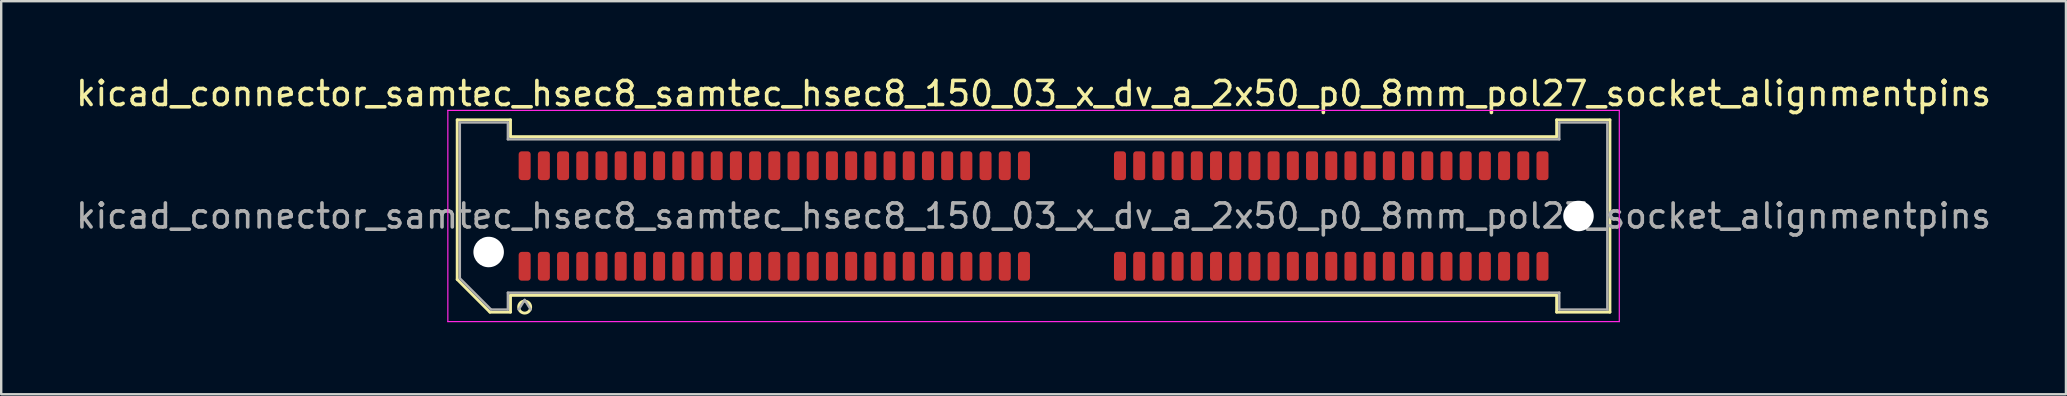
<source format=kicad_pcb>
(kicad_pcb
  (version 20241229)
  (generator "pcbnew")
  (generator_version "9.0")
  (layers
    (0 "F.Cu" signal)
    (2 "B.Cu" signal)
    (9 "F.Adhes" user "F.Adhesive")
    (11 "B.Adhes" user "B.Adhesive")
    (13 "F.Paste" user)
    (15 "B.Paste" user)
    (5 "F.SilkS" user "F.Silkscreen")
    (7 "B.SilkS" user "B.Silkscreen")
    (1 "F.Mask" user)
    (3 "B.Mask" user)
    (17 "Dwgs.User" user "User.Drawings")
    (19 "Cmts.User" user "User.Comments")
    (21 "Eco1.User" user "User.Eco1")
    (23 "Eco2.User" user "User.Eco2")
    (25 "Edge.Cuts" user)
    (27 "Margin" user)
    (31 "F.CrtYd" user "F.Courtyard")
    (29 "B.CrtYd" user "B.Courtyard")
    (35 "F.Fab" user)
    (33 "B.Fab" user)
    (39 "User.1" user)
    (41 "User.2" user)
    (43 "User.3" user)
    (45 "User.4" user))
  (footprint "kicad_connector_samtec_hsec8_samtec_hsec8_150_03_x_dv_a_2x50_p0_8mm_pol27_socket_alignmentpins"
    (layer "F.Cu")
    (at 40.006 5.948)
    (property "Reference" "kicad_connector_samtec_hsec8_samtec_hsec8_150_03_x_dv_a_2x50_p0_8mm_pol27_socket_alignmentpins" (at 0 -5.1 0) (layer "F.SilkS") (effects (font (size 1 1) (thickness 0.15))))
    (attr smd)
    (fp_line (start -24.01 -4.005) (end -21.79 -4.005) (stroke (width 0.12) (type solid)) (layer "F.SilkS"))
    (fp_line (start -24.01 2.641) (end -24.01 -4.005) (stroke (width 0.12) (type solid)) (layer "F.SilkS"))
    (fp_line (start -22.646 4.005) (end -24.01 2.641) (stroke (width 0.12) (type solid)) (layer "F.SilkS"))
    (fp_line (start -21.79 -4.005) (end -21.79 -3.305) (stroke (width 0.12) (type solid)) (layer "F.SilkS"))
    (fp_line (start -21.79 -3.305) (end 21.79 -3.305) (stroke (width 0.12) (type solid)) (layer "F.SilkS"))
    (fp_line (start -21.79 3.305) (end -21.79 4.005) (stroke (width 0.12) (type solid)) (layer "F.SilkS"))
    (fp_line (start -21.79 4.005) (end -22.646 4.005) (stroke (width 0.12) (type solid)) (layer "F.SilkS"))
    (fp_line (start 21.79 -4.005) (end 24.01 -4.005) (stroke (width 0.12) (type solid)) (layer "F.SilkS"))
    (fp_line (start 21.79 -3.305) (end 21.79 -4.005) (stroke (width 0.12) (type solid)) (layer "F.SilkS"))
    (fp_line (start 21.79 3.305) (end -21.79 3.305) (stroke (width 0.12) (type solid)) (layer "F.SilkS"))
    (fp_line (start 21.79 4.005) (end 21.79 3.305) (stroke (width 0.12) (type solid)) (layer "F.SilkS"))
    (fp_line (start 24.01 -4.005) (end 24.01 4.005) (stroke (width 0.12) (type solid)) (layer "F.SilkS"))
    (fp_line (start 24.01 4.005) (end 21.79 4.005) (stroke (width 0.12) (type solid)) (layer "F.SilkS"))
    (fp_arc (start -20.95 3.795) (mid -21.45 3.795) (end -20.95 3.795) (stroke (width 0.12) (type solid)) (layer "F.SilkS"))
    (fp_line (start -24.4 -4.4) (end -24.4 4.4) (stroke (width 0.05) (type solid)) (layer "F.CrtYd"))
    (fp_line (start -24.4 4.4) (end 24.4 4.4) (stroke (width 0.05) (type solid)) (layer "F.CrtYd"))
    (fp_line (start 24.4 -4.4) (end -24.4 -4.4) (stroke (width 0.05) (type solid)) (layer "F.CrtYd"))
    (fp_line (start 24.4 4.4) (end 24.4 -4.4) (stroke (width 0.05) (type solid)) (layer "F.CrtYd"))
    (fp_line (start -23.9 -3.895) (end -21.9 -3.895) (stroke (width 0.1) (type solid)) (layer "F.Fab"))
    (fp_line (start -23.9 2.595) (end -23.9 -3.895) (stroke (width 0.1) (type solid)) (layer "F.Fab"))
    (fp_line (start -22.6 3.895) (end -23.9 2.595) (stroke (width 0.1) (type solid)) (layer "F.Fab"))
    (fp_line (start -21.9 -3.895) (end -21.9 -3.195) (stroke (width 0.1) (type solid)) (layer "F.Fab"))
    (fp_line (start -21.9 -3.195) (end 21.9 -3.195) (stroke (width 0.1) (type solid)) (layer "F.Fab"))
    (fp_line (start -21.9 3.195) (end -21.9 3.895) (stroke (width 0.1) (type solid)) (layer "F.Fab"))
    (fp_line (start -21.9 3.895) (end -22.6 3.895) (stroke (width 0.1) (type solid)) (layer "F.Fab"))
    (fp_line (start -21.2 3.495) (end -21.45 3.895) (stroke (width 0.1) (type solid)) (layer "F.Fab"))
    (fp_line (start -21.2 3.495) (end -20.95 3.895) (stroke (width 0.1) (type solid)) (layer "F.Fab"))
    (fp_line (start 21.9 -3.895) (end 23.9 -3.895) (stroke (width 0.1) (type solid)) (layer "F.Fab"))
    (fp_line (start 21.9 -3.195) (end 21.9 -3.895) (stroke (width 0.1) (type solid)) (layer "F.Fab"))
    (fp_line (start 21.9 3.195) (end -21.9 3.195) (stroke (width 0.1) (type solid)) (layer "F.Fab"))
    (fp_line (start 21.9 3.895) (end 21.9 3.195) (stroke (width 0.1) (type solid)) (layer "F.Fab"))
    (fp_line (start 23.9 -3.895) (end 23.9 3.895) (stroke (width 0.1) (type solid)) (layer "F.Fab"))
    (fp_line (start 23.9 3.895) (end 21.9 3.895) (stroke (width 0.1) (type solid)) (layer "F.Fab"))
    (fp_text user "${REFERENCE}" (at 0 0 0) (layer "F.Fab") (effects (font (size 1 1) (thickness 0.15))))
    (pad "" np_thru_hole circle (at -22.7 1.5) (size 1.27 1.27) (drill 1.27) (layers "*.Cu" "*.Mask"))
    (pad "" np_thru_hole circle (at 22.7 0) (size 1.27 1.27) (drill 1.27) (layers "*.Cu" "*.Mask"))
    (pad "1" smd roundrect (at -21.2 2.095) (size 0.5 1.2) (layers "F.Cu" "F.Mask" "F.Paste") (roundrect_rratio 0.25))
    (pad "2" smd roundrect (at -21.2 -2.095) (size 0.5 1.2) (layers "F.Cu" "F.Mask" "F.Paste") (roundrect_rratio 0.25))
    (pad "3" smd roundrect (at -20.4 2.095) (size 0.5 1.2) (layers "F.Cu" "F.Mask" "F.Paste") (roundrect_rratio 0.25))
    (pad "4" smd roundrect (at -20.4 -2.095) (size 0.5 1.2) (layers "F.Cu" "F.Mask" "F.Paste") (roundrect_rratio 0.25))
    (pad "5" smd roundrect (at -19.6 2.095) (size 0.5 1.2) (layers "F.Cu" "F.Mask" "F.Paste") (roundrect_rratio 0.25))
    (pad "6" smd roundrect (at -19.6 -2.095) (size 0.5 1.2) (layers "F.Cu" "F.Mask" "F.Paste") (roundrect_rratio 0.25))
    (pad "7" smd roundrect (at -18.8 2.095) (size 0.5 1.2) (layers "F.Cu" "F.Mask" "F.Paste") (roundrect_rratio 0.25))
    (pad "8" smd roundrect (at -18.8 -2.095) (size 0.5 1.2) (layers "F.Cu" "F.Mask" "F.Paste") (roundrect_rratio 0.25))
    (pad "9" smd roundrect (at -18 2.095) (size 0.5 1.2) (layers "F.Cu" "F.Mask" "F.Paste") (roundrect_rratio 0.25))
    (pad "10" smd roundrect (at -18 -2.095) (size 0.5 1.2) (layers "F.Cu" "F.Mask" "F.Paste") (roundrect_rratio 0.25))
    (pad "11" smd roundrect (at -17.2 2.095) (size 0.5 1.2) (layers "F.Cu" "F.Mask" "F.Paste") (roundrect_rratio 0.25))
    (pad "12" smd roundrect (at -17.2 -2.095) (size 0.5 1.2) (layers "F.Cu" "F.Mask" "F.Paste") (roundrect_rratio 0.25))
    (pad "13" smd roundrect (at -16.4 2.095) (size 0.5 1.2) (layers "F.Cu" "F.Mask" "F.Paste") (roundrect_rratio 0.25))
    (pad "14" smd roundrect (at -16.4 -2.095) (size 0.5 1.2) (layers "F.Cu" "F.Mask" "F.Paste") (roundrect_rratio 0.25))
    (pad "15" smd roundrect (at -15.6 2.095) (size 0.5 1.2) (layers "F.Cu" "F.Mask" "F.Paste") (roundrect_rratio 0.25))
    (pad "16" smd roundrect (at -15.6 -2.095) (size 0.5 1.2) (layers "F.Cu" "F.Mask" "F.Paste") (roundrect_rratio 0.25))
    (pad "17" smd roundrect (at -14.8 2.095) (size 0.5 1.2) (layers "F.Cu" "F.Mask" "F.Paste") (roundrect_rratio 0.25))
    (pad "18" smd roundrect (at -14.8 -2.095) (size 0.5 1.2) (layers "F.Cu" "F.Mask" "F.Paste") (roundrect_rratio 0.25))
    (pad "19" smd roundrect (at -14 2.095) (size 0.5 1.2) (layers "F.Cu" "F.Mask" "F.Paste") (roundrect_rratio 0.25))
    (pad "20" smd roundrect (at -14 -2.095) (size 0.5 1.2) (layers "F.Cu" "F.Mask" "F.Paste") (roundrect_rratio 0.25))
    (pad "21" smd roundrect (at -13.2 2.095) (size 0.5 1.2) (layers "F.Cu" "F.Mask" "F.Paste") (roundrect_rratio 0.25))
    (pad "22" smd roundrect (at -13.2 -2.095) (size 0.5 1.2) (layers "F.Cu" "F.Mask" "F.Paste") (roundrect_rratio 0.25))
    (pad "23" smd roundrect (at -12.4 2.095) (size 0.5 1.2) (layers "F.Cu" "F.Mask" "F.Paste") (roundrect_rratio 0.25))
    (pad "24" smd roundrect (at -12.4 -2.095) (size 0.5 1.2) (layers "F.Cu" "F.Mask" "F.Paste") (roundrect_rratio 0.25))
    (pad "25" smd roundrect (at -11.6 2.095) (size 0.5 1.2) (layers "F.Cu" "F.Mask" "F.Paste") (roundrect_rratio 0.25))
    (pad "26" smd roundrect (at -11.6 -2.095) (size 0.5 1.2) (layers "F.Cu" "F.Mask" "F.Paste") (roundrect_rratio 0.25))
    (pad "27" smd roundrect (at -10.8 2.095) (size 0.5 1.2) (layers "F.Cu" "F.Mask" "F.Paste") (roundrect_rratio 0.25))
    (pad "28" smd roundrect (at -10.8 -2.095) (size 0.5 1.2) (layers "F.Cu" "F.Mask" "F.Paste") (roundrect_rratio 0.25))
    (pad "29" smd roundrect (at -10 2.095) (size 0.5 1.2) (layers "F.Cu" "F.Mask" "F.Paste") (roundrect_rratio 0.25))
    (pad "30" smd roundrect (at -10 -2.095) (size 0.5 1.2) (layers "F.Cu" "F.Mask" "F.Paste") (roundrect_rratio 0.25))
    (pad "31" smd roundrect (at -9.2 2.095) (size 0.5 1.2) (layers "F.Cu" "F.Mask" "F.Paste") (roundrect_rratio 0.25))
    (pad "32" smd roundrect (at -9.2 -2.095) (size 0.5 1.2) (layers "F.Cu" "F.Mask" "F.Paste") (roundrect_rratio 0.25))
    (pad "33" smd roundrect (at -8.4 2.095) (size 0.5 1.2) (layers "F.Cu" "F.Mask" "F.Paste") (roundrect_rratio 0.25))
    (pad "34" smd roundrect (at -8.4 -2.095) (size 0.5 1.2) (layers "F.Cu" "F.Mask" "F.Paste") (roundrect_rratio 0.25))
    (pad "35" smd roundrect (at -7.6 2.095) (size 0.5 1.2) (layers "F.Cu" "F.Mask" "F.Paste") (roundrect_rratio 0.25))
    (pad "36" smd roundrect (at -7.6 -2.095) (size 0.5 1.2) (layers "F.Cu" "F.Mask" "F.Paste") (roundrect_rratio 0.25))
    (pad "37" smd roundrect (at -6.8 2.095) (size 0.5 1.2) (layers "F.Cu" "F.Mask" "F.Paste") (roundrect_rratio 0.25))
    (pad "38" smd roundrect (at -6.8 -2.095) (size 0.5 1.2) (layers "F.Cu" "F.Mask" "F.Paste") (roundrect_rratio 0.25))
    (pad "39" smd roundrect (at -6 2.095) (size 0.5 1.2) (layers "F.Cu" "F.Mask" "F.Paste") (roundrect_rratio 0.25))
    (pad "40" smd roundrect (at -6 -2.095) (size 0.5 1.2) (layers "F.Cu" "F.Mask" "F.Paste") (roundrect_rratio 0.25))
    (pad "41" smd roundrect (at -5.2 2.095) (size 0.5 1.2) (layers "F.Cu" "F.Mask" "F.Paste") (roundrect_rratio 0.25))
    (pad "42" smd roundrect (at -5.2 -2.095) (size 0.5 1.2) (layers "F.Cu" "F.Mask" "F.Paste") (roundrect_rratio 0.25))
    (pad "43" smd roundrect (at -4.4 2.095) (size 0.5 1.2) (layers "F.Cu" "F.Mask" "F.Paste") (roundrect_rratio 0.25))
    (pad "44" smd roundrect (at -4.4 -2.095) (size 0.5 1.2) (layers "F.Cu" "F.Mask" "F.Paste") (roundrect_rratio 0.25))
    (pad "45" smd roundrect (at -3.6 2.095) (size 0.5 1.2) (layers "F.Cu" "F.Mask" "F.Paste") (roundrect_rratio 0.25))
    (pad "46" smd roundrect (at -3.6 -2.095) (size 0.5 1.2) (layers "F.Cu" "F.Mask" "F.Paste") (roundrect_rratio 0.25))
    (pad "47" smd roundrect (at -2.8 2.095) (size 0.5 1.2) (layers "F.Cu" "F.Mask" "F.Paste") (roundrect_rratio 0.25))
    (pad "48" smd roundrect (at -2.8 -2.095) (size 0.5 1.2) (layers "F.Cu" "F.Mask" "F.Paste") (roundrect_rratio 0.25))
    (pad "49" smd roundrect (at -2 2.095) (size 0.5 1.2) (layers "F.Cu" "F.Mask" "F.Paste") (roundrect_rratio 0.25))
    (pad "50" smd roundrect (at -2 -2.095) (size 0.5 1.2) (layers "F.Cu" "F.Mask" "F.Paste") (roundrect_rratio 0.25))
    (pad "51" smd roundrect (at -1.2 2.095) (size 0.5 1.2) (layers "F.Cu" "F.Mask" "F.Paste") (roundrect_rratio 0.25))
    (pad "52" smd roundrect (at -1.2 -2.095) (size 0.5 1.2) (layers "F.Cu" "F.Mask" "F.Paste") (roundrect_rratio 0.25))
    (pad "53" smd roundrect (at -0.4 2.095) (size 0.5 1.2) (layers "F.Cu" "F.Mask" "F.Paste") (roundrect_rratio 0.25))
    (pad "54" smd roundrect (at -0.4 -2.095) (size 0.5 1.2) (layers "F.Cu" "F.Mask" "F.Paste") (roundrect_rratio 0.25))
    (pad "55" smd roundrect (at 3.6 2.095) (size 0.5 1.2) (layers "F.Cu" "F.Mask" "F.Paste") (roundrect_rratio 0.25))
    (pad "56" smd roundrect (at 3.6 -2.095) (size 0.5 1.2) (layers "F.Cu" "F.Mask" "F.Paste") (roundrect_rratio 0.25))
    (pad "57" smd roundrect (at 4.4 2.095) (size 0.5 1.2) (layers "F.Cu" "F.Mask" "F.Paste") (roundrect_rratio 0.25))
    (pad "58" smd roundrect (at 4.4 -2.095) (size 0.5 1.2) (layers "F.Cu" "F.Mask" "F.Paste") (roundrect_rratio 0.25))
    (pad "59" smd roundrect (at 5.2 2.095) (size 0.5 1.2) (layers "F.Cu" "F.Mask" "F.Paste") (roundrect_rratio 0.25))
    (pad "60" smd roundrect (at 5.2 -2.095) (size 0.5 1.2) (layers "F.Cu" "F.Mask" "F.Paste") (roundrect_rratio 0.25))
    (pad "61" smd roundrect (at 6 2.095) (size 0.5 1.2) (layers "F.Cu" "F.Mask" "F.Paste") (roundrect_rratio 0.25))
    (pad "62" smd roundrect (at 6 -2.095) (size 0.5 1.2) (layers "F.Cu" "F.Mask" "F.Paste") (roundrect_rratio 0.25))
    (pad "63" smd roundrect (at 6.8 2.095) (size 0.5 1.2) (layers "F.Cu" "F.Mask" "F.Paste") (roundrect_rratio 0.25))
    (pad "64" smd roundrect (at 6.8 -2.095) (size 0.5 1.2) (layers "F.Cu" "F.Mask" "F.Paste") (roundrect_rratio 0.25))
    (pad "65" smd roundrect (at 7.6 2.095) (size 0.5 1.2) (layers "F.Cu" "F.Mask" "F.Paste") (roundrect_rratio 0.25))
    (pad "66" smd roundrect (at 7.6 -2.095) (size 0.5 1.2) (layers "F.Cu" "F.Mask" "F.Paste") (roundrect_rratio 0.25))
    (pad "67" smd roundrect (at 8.4 2.095) (size 0.5 1.2) (layers "F.Cu" "F.Mask" "F.Paste") (roundrect_rratio 0.25))
    (pad "68" smd roundrect (at 8.4 -2.095) (size 0.5 1.2) (layers "F.Cu" "F.Mask" "F.Paste") (roundrect_rratio 0.25))
    (pad "69" smd roundrect (at 9.2 2.095) (size 0.5 1.2) (layers "F.Cu" "F.Mask" "F.Paste") (roundrect_rratio 0.25))
    (pad "70" smd roundrect (at 9.2 -2.095) (size 0.5 1.2) (layers "F.Cu" "F.Mask" "F.Paste") (roundrect_rratio 0.25))
    (pad "71" smd roundrect (at 10 2.095) (size 0.5 1.2) (layers "F.Cu" "F.Mask" "F.Paste") (roundrect_rratio 0.25))
    (pad "72" smd roundrect (at 10 -2.095) (size 0.5 1.2) (layers "F.Cu" "F.Mask" "F.Paste") (roundrect_rratio 0.25))
    (pad "73" smd roundrect (at 10.8 2.095) (size 0.5 1.2) (layers "F.Cu" "F.Mask" "F.Paste") (roundrect_rratio 0.25))
    (pad "74" smd roundrect (at 10.8 -2.095) (size 0.5 1.2) (layers "F.Cu" "F.Mask" "F.Paste") (roundrect_rratio 0.25))
    (pad "75" smd roundrect (at 11.6 2.095) (size 0.5 1.2) (layers "F.Cu" "F.Mask" "F.Paste") (roundrect_rratio 0.25))
    (pad "76" smd roundrect (at 11.6 -2.095) (size 0.5 1.2) (layers "F.Cu" "F.Mask" "F.Paste") (roundrect_rratio 0.25))
    (pad "77" smd roundrect (at 12.4 2.095) (size 0.5 1.2) (layers "F.Cu" "F.Mask" "F.Paste") (roundrect_rratio 0.25))
    (pad "78" smd roundrect (at 12.4 -2.095) (size 0.5 1.2) (layers "F.Cu" "F.Mask" "F.Paste") (roundrect_rratio 0.25))
    (pad "79" smd roundrect (at 13.2 2.095) (size 0.5 1.2) (layers "F.Cu" "F.Mask" "F.Paste") (roundrect_rratio 0.25))
    (pad "80" smd roundrect (at 13.2 -2.095) (size 0.5 1.2) (layers "F.Cu" "F.Mask" "F.Paste") (roundrect_rratio 0.25))
    (pad "81" smd roundrect (at 14 2.095) (size 0.5 1.2) (layers "F.Cu" "F.Mask" "F.Paste") (roundrect_rratio 0.25))
    (pad "82" smd roundrect (at 14 -2.095) (size 0.5 1.2) (layers "F.Cu" "F.Mask" "F.Paste") (roundrect_rratio 0.25))
    (pad "83" smd roundrect (at 14.8 2.095) (size 0.5 1.2) (layers "F.Cu" "F.Mask" "F.Paste") (roundrect_rratio 0.25))
    (pad "84" smd roundrect (at 14.8 -2.095) (size 0.5 1.2) (layers "F.Cu" "F.Mask" "F.Paste") (roundrect_rratio 0.25))
    (pad "85" smd roundrect (at 15.6 2.095) (size 0.5 1.2) (layers "F.Cu" "F.Mask" "F.Paste") (roundrect_rratio 0.25))
    (pad "86" smd roundrect (at 15.6 -2.095) (size 0.5 1.2) (layers "F.Cu" "F.Mask" "F.Paste") (roundrect_rratio 0.25))
    (pad "87" smd roundrect (at 16.4 2.095) (size 0.5 1.2) (layers "F.Cu" "F.Mask" "F.Paste") (roundrect_rratio 0.25))
    (pad "88" smd roundrect (at 16.4 -2.095) (size 0.5 1.2) (layers "F.Cu" "F.Mask" "F.Paste") (roundrect_rratio 0.25))
    (pad "89" smd roundrect (at 17.2 2.095) (size 0.5 1.2) (layers "F.Cu" "F.Mask" "F.Paste") (roundrect_rratio 0.25))
    (pad "90" smd roundrect (at 17.2 -2.095) (size 0.5 1.2) (layers "F.Cu" "F.Mask" "F.Paste") (roundrect_rratio 0.25))
    (pad "91" smd roundrect (at 18 2.095) (size 0.5 1.2) (layers "F.Cu" "F.Mask" "F.Paste") (roundrect_rratio 0.25))
    (pad "92" smd roundrect (at 18 -2.095) (size 0.5 1.2) (layers "F.Cu" "F.Mask" "F.Paste") (roundrect_rratio 0.25))
    (pad "93" smd roundrect (at 18.8 2.095) (size 0.5 1.2) (layers "F.Cu" "F.Mask" "F.Paste") (roundrect_rratio 0.25))
    (pad "94" smd roundrect (at 18.8 -2.095) (size 0.5 1.2) (layers "F.Cu" "F.Mask" "F.Paste") (roundrect_rratio 0.25))
    (pad "95" smd roundrect (at 19.6 2.095) (size 0.5 1.2) (layers "F.Cu" "F.Mask" "F.Paste") (roundrect_rratio 0.25))
    (pad "96" smd roundrect (at 19.6 -2.095) (size 0.5 1.2) (layers "F.Cu" "F.Mask" "F.Paste") (roundrect_rratio 0.25))
    (pad "97" smd roundrect (at 20.4 2.095) (size 0.5 1.2) (layers "F.Cu" "F.Mask" "F.Paste") (roundrect_rratio 0.25))
    (pad "98" smd roundrect (at 20.4 -2.095) (size 0.5 1.2) (layers "F.Cu" "F.Mask" "F.Paste") (roundrect_rratio 0.25))
    (pad "99" smd roundrect (at 21.2 2.095) (size 0.5 1.2) (layers "F.Cu" "F.Mask" "F.Paste") (roundrect_rratio 0.25))
    (pad "100" smd roundrect (at 21.2 -2.095) (size 0.5 1.2) (layers "F.Cu" "F.Mask" "F.Paste") (roundrect_rratio 0.25)))
  (gr_rect
    (start -3 -3)
    (end 83.012 13.373)
    (stroke (width 0.1) (type default))
    (fill no)
    (layer "Edge.Cuts")))
</source>
